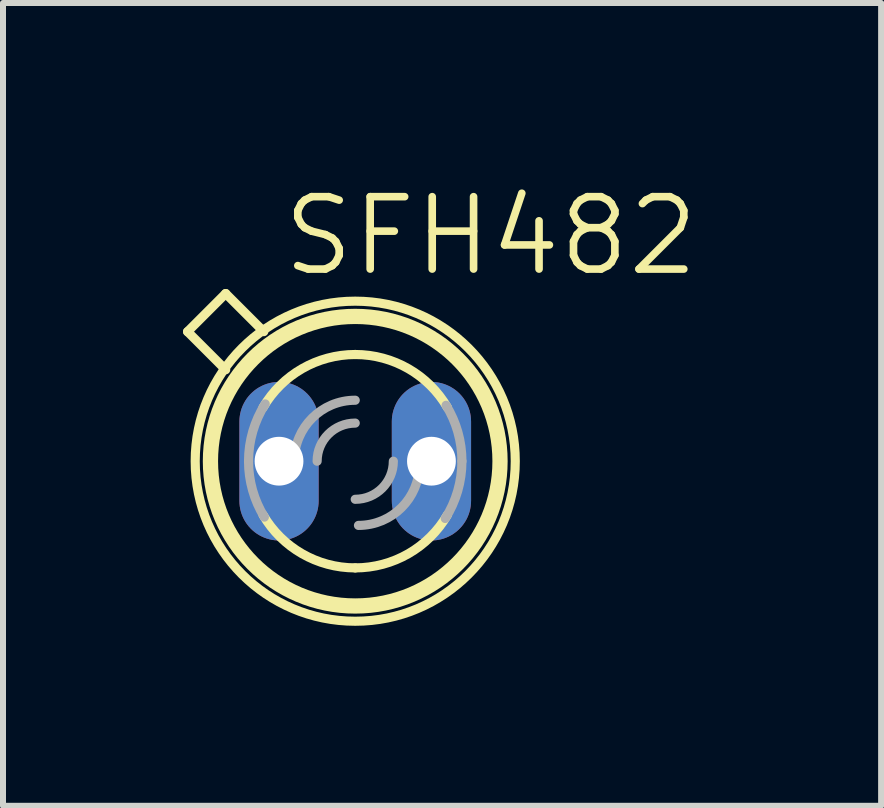
<source format=kicad_pcb>
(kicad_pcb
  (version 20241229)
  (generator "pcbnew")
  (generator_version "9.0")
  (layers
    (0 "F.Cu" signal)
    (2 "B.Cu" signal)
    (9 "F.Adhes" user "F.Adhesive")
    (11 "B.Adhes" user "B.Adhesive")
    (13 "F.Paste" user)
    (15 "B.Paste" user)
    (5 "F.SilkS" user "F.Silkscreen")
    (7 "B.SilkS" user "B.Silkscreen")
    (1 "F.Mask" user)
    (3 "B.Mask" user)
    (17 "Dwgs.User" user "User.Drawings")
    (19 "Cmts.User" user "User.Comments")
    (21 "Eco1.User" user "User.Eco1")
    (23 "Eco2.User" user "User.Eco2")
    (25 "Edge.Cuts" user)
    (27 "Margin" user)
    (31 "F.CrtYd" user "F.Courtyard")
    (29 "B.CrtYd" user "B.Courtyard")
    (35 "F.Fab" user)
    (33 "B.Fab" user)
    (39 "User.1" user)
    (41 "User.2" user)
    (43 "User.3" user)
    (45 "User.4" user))
  (footprint "SFH482"
    (layer "F.Cu")
    (at 2.87 4.636)
    (property "Reference" "SFH482" (at -1.27 -3.048 0) (layer "F.SilkS") (effects (font (size 1.206 1.206) (thickness 0.127)) (justify left bottom)))
    (attr through_hole)
    (fp_line (start -2.794 -2.159) (end -2.159 -2.794) (stroke (width 0.152) (type solid)) (layer "F.SilkS"))
    (fp_line (start -2.159 -1.524) (end -2.794 -2.159) (stroke (width 0.152) (type solid)) (layer "F.SilkS"))
    (fp_line (start -1.524 -2.159) (end -2.159 -2.794) (stroke (width 0.152) (type solid)) (layer "F.SilkS"))
    (fp_arc (start -1.5358 -0.8959) (mid -0.88555 -1.541787) (end 0 -1.778) (stroke (width 0.1524) (type solid)) (layer "F.SilkS"))
    (fp_arc (start 0 -1.778) (mid 0.88555 -1.541786) (end 1.5358 -0.8959) (stroke (width 0.1524) (type solid)) (layer "F.SilkS"))
    (fp_arc (start 0 1.778) (mid -0.88555 1.541786) (end -1.5358 0.8959) (stroke (width 0.1524) (type solid)) (layer "F.SilkS"))
    (fp_arc (start 1.5358 0.8959) (mid 0.88555 1.541787) (end 0 1.778) (stroke (width 0.1524) (type solid)) (layer "F.SilkS"))
    (fp_circle (center 0 0) (end 2.413 0) (stroke (width 0.254) (type solid)) (fill no) (layer "F.SilkS"))
    (fp_circle (center 0 0) (end 2.667 0) (stroke (width 0.152) (type solid)) (fill no) (layer "F.SilkS"))
    (fp_arc (start -1.778 0) (mid -1.707084 -0.497127) (end -1.500001 -0.9546) (stroke (width 0.1524) (type solid)) (layer "F.Fab"))
    (fp_arc (start -1.5142 0.9318) (mid -1.710762 0.484206) (end -1.778 0) (stroke (width 0.1524) (type solid)) (layer "F.Fab"))
    (fp_arc (start -1.016 0) (mid -0.71842 -0.71842) (end 0 -1.016) (stroke (width 0.1524) (type solid)) (layer "F.Fab"))
    (fp_arc (start -0.635 0) (mid -0.449013 -0.449013) (end 0 -0.635) (stroke (width 0.1524) (type solid)) (layer "F.Fab"))
    (fp_arc (start 0.635 0) (mid 0.449013 0.449013) (end 0 0.635) (stroke (width 0.1524) (type solid)) (layer "F.Fab"))
    (fp_arc (start 1.0699 0.053898) (mid 0.772321 0.772319) (end 0.0539 1.0699) (stroke (width 0.1524) (type solid)) (layer "F.Fab"))
    (fp_arc (start 1.5142 -0.9318) (mid 1.710762 -0.484206) (end 1.778 0) (stroke (width 0.1524) (type solid)) (layer "F.Fab"))
    (fp_arc (start 1.777999 0) (mid 1.707083 0.497127) (end 1.5 0.9546) (stroke (width 0.1524) (type solid)) (layer "F.Fab"))
    (pad "A" thru_hole oval (at -1.27 0 90) (size 2.642 1.321) (drill 0.813) (layers "*.Cu" "*.Mask"))
    (pad "K" thru_hole oval (at 1.27 0 90) (size 2.642 1.321) (drill 0.813) (layers "*.Cu" "*.Mask")))
  (gr_rect
    (start -3 -3)
    (end 11.634 10.379)
    (stroke (width 0.1) (type default))
    (fill no)
    (layer "Edge.Cuts")))
</source>
